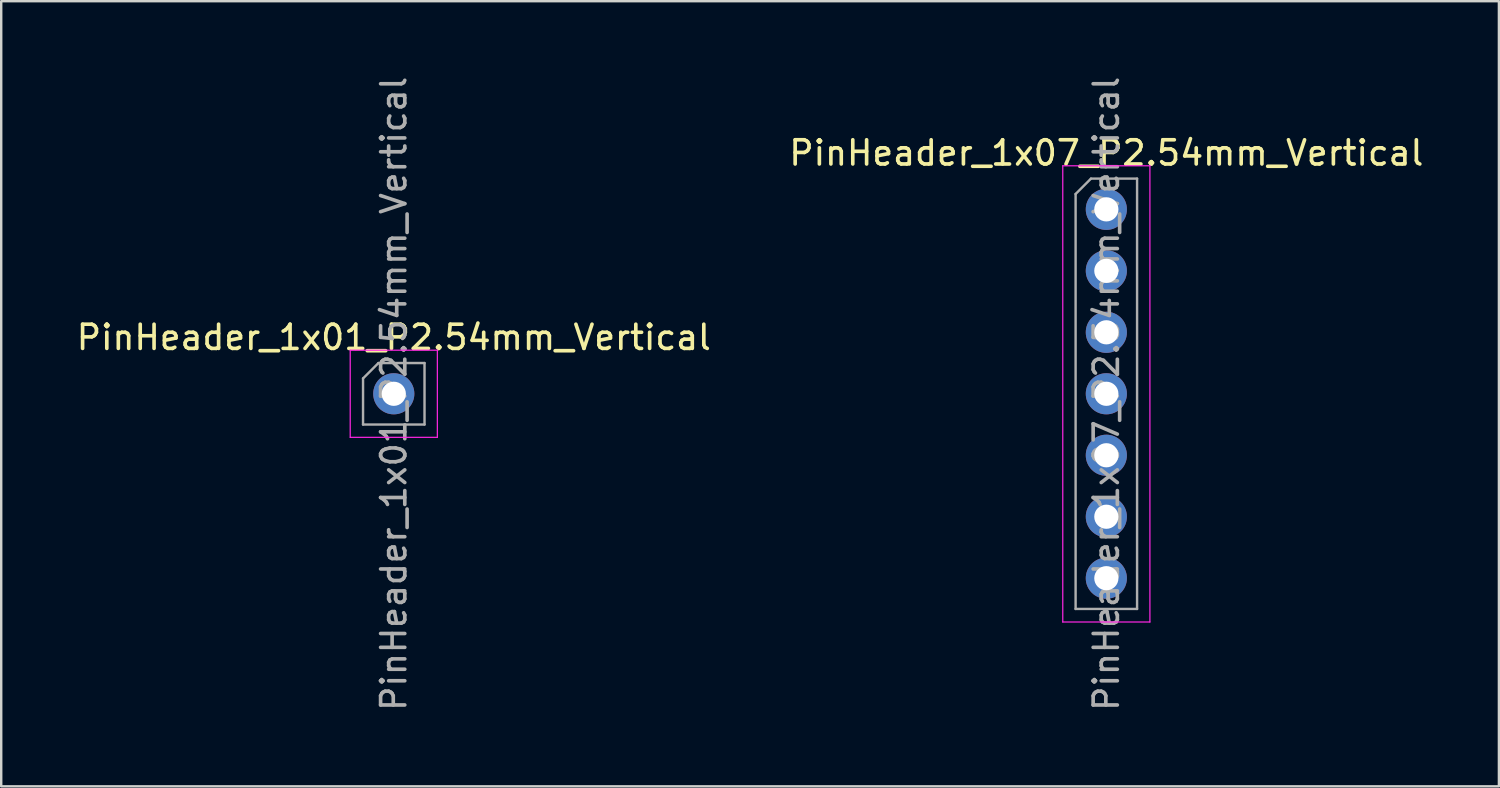
<source format=kicad_pcb>
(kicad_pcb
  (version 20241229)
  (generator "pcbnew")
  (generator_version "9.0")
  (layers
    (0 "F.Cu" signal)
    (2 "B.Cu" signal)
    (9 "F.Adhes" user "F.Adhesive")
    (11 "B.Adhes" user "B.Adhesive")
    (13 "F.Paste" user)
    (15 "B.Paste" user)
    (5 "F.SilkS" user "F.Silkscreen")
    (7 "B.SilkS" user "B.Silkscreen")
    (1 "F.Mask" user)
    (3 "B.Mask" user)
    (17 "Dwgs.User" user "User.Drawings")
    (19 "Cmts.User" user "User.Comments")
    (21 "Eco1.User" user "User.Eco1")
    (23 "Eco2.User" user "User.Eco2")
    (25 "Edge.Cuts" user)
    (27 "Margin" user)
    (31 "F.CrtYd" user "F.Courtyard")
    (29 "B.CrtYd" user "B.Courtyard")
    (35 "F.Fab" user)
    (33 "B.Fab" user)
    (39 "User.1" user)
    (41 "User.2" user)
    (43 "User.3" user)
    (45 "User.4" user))
  (footprint "PinHeader_1x07_P2.54mm_Vertical"
    (layer "F.Cu")
    (at 42.661 5.6)
    (property "Reference" "PinHeader_1x07_P2.54mm_Vertical" (at 0 -2.33 0) (layer "F.SilkS") (effects (font (size 1 1) (thickness 0.15))))
    (attr through_hole)
    (fp_line (start -1.8 -1.8) (end -1.8 17.05) (stroke (width 0.05) (type solid)) (layer "F.CrtYd"))
    (fp_line (start -1.8 17.05) (end 1.8 17.05) (stroke (width 0.05) (type solid)) (layer "F.CrtYd"))
    (fp_line (start 1.8 -1.8) (end -1.8 -1.8) (stroke (width 0.05) (type solid)) (layer "F.CrtYd"))
    (fp_line (start 1.8 17.05) (end 1.8 -1.8) (stroke (width 0.05) (type solid)) (layer "F.CrtYd"))
    (fp_line (start -1.27 -0.635) (end -0.635 -1.27) (stroke (width 0.1) (type solid)) (layer "F.Fab"))
    (fp_line (start -1.27 16.51) (end -1.27 -0.635) (stroke (width 0.1) (type solid)) (layer "F.Fab"))
    (fp_line (start -0.635 -1.27) (end 1.27 -1.27) (stroke (width 0.1) (type solid)) (layer "F.Fab"))
    (fp_line (start 1.27 -1.27) (end 1.27 16.51) (stroke (width 0.1) (type solid)) (layer "F.Fab"))
    (fp_line (start 1.27 16.51) (end -1.27 16.51) (stroke (width 0.1) (type solid)) (layer "F.Fab"))
    (fp_text user "${REFERENCE}" (at 0 7.62 90) (layer "F.Fab") (effects (font (size 1 1) (thickness 0.15))))
    (pad "1" thru_hole circle (at 0 0) (size 1.7 1.7) (drill 1) (layers "*.Cu" "*.Mask"))
    (pad "2" thru_hole oval (at 0 2.54) (size 1.7 1.7) (drill 1) (layers "*.Cu" "*.Mask"))
    (pad "3" thru_hole oval (at 0 5.08) (size 1.7 1.7) (drill 1) (layers "*.Cu" "*.Mask"))
    (pad "4" thru_hole oval (at 0 7.62) (size 1.7 1.7) (drill 1) (layers "*.Cu" "*.Mask"))
    (pad "5" thru_hole oval (at 0 10.16) (size 1.7 1.7) (drill 1) (layers "*.Cu" "*.Mask"))
    (pad "6" thru_hole oval (at 0 12.7) (size 1.7 1.7) (drill 1) (layers "*.Cu" "*.Mask"))
    (pad "7" thru_hole oval (at 0 15.24) (size 1.7 1.7) (drill 1) (layers "*.Cu" "*.Mask")))
  (footprint "PinHeader_1x01_P2.54mm_Vertical"
    (layer "F.Cu")
    (at 13.22 13.22)
    (property "Reference" "PinHeader_1x01_P2.54mm_Vertical" (at 0 -2.33 0) (layer "F.SilkS") (effects (font (size 1 1) (thickness 0.15))))
    (attr through_hole)
    (fp_line (start -1.8 -1.8) (end -1.8 1.8) (stroke (width 0.05) (type solid)) (layer "F.CrtYd"))
    (fp_line (start -1.8 1.8) (end 1.8 1.8) (stroke (width 0.05) (type solid)) (layer "F.CrtYd"))
    (fp_line (start 1.8 -1.8) (end -1.8 -1.8) (stroke (width 0.05) (type solid)) (layer "F.CrtYd"))
    (fp_line (start 1.8 1.8) (end 1.8 -1.8) (stroke (width 0.05) (type solid)) (layer "F.CrtYd"))
    (fp_line (start -1.27 -0.635) (end -0.635 -1.27) (stroke (width 0.1) (type solid)) (layer "F.Fab"))
    (fp_line (start -1.27 1.27) (end -1.27 -0.635) (stroke (width 0.1) (type solid)) (layer "F.Fab"))
    (fp_line (start -0.635 -1.27) (end 1.27 -1.27) (stroke (width 0.1) (type solid)) (layer "F.Fab"))
    (fp_line (start 1.27 -1.27) (end 1.27 1.27) (stroke (width 0.1) (type solid)) (layer "F.Fab"))
    (fp_line (start 1.27 1.27) (end -1.27 1.27) (stroke (width 0.1) (type solid)) (layer "F.Fab"))
    (fp_text user "${REFERENCE}" (at 0 0 90) (layer "F.Fab") (effects (font (size 1 1) (thickness 0.15))))
    (pad "1" thru_hole circle (at 0 0) (size 1.7 1.7) (drill 1) (layers "*.Cu" "*.Mask")))
  (gr_rect
    (start -3 -3)
    (end 58.881 29.44)
    (stroke (width 0.1) (type default))
    (fill no)
    (layer "Edge.Cuts")))
</source>
